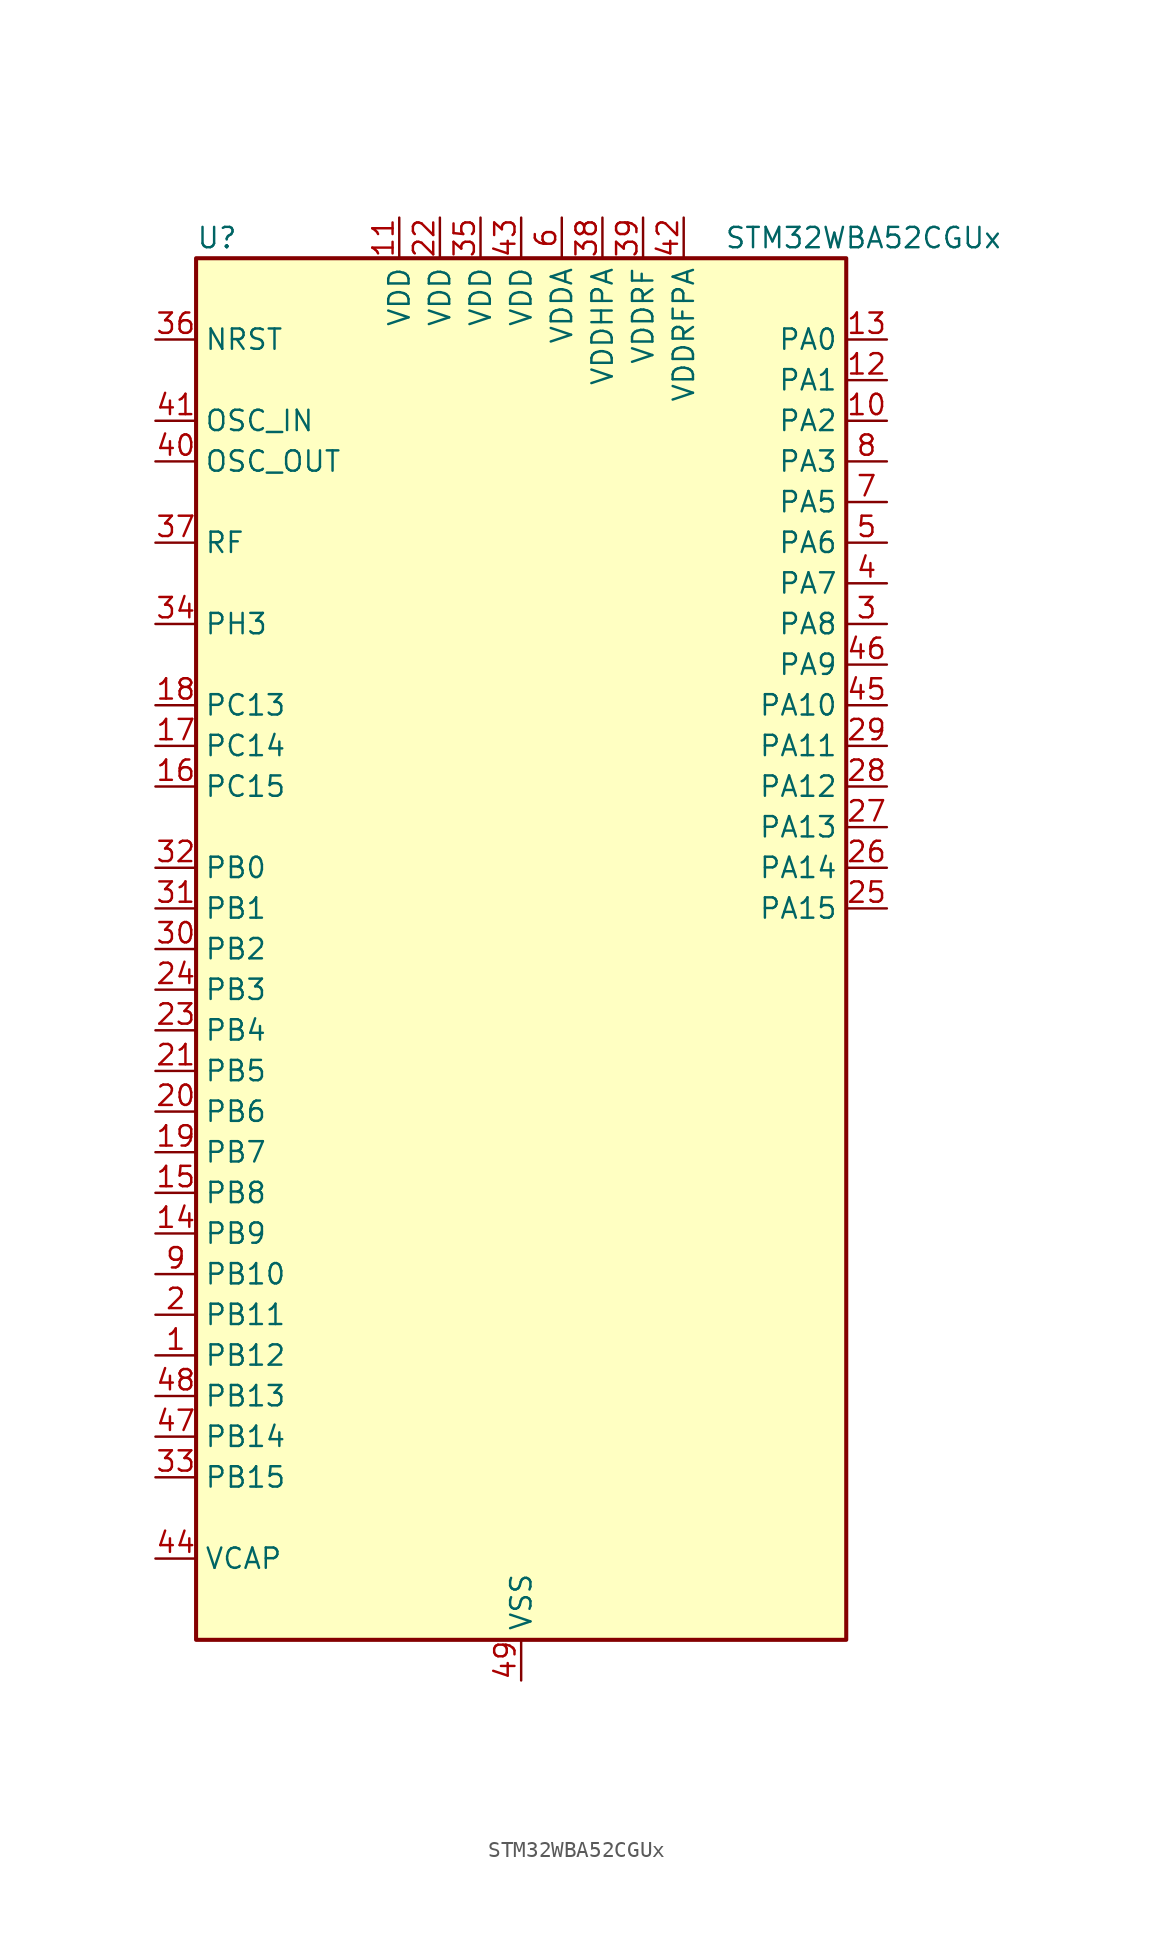
<source format=kicad_sym>
(kicad_symbol_lib
  (version 20231120)
  (generator "kicad-library-utils")
  (generator_version "8.0")
  (symbol "STM32WBA52CGUx"
    (property "Reference" "U"
      (at -20.32 44.45 0)
      (effects (font (size 1.27 1.27)) (justify left)))
    (property "Value" "STM32WBA52CGUx"
      (at 12.7 44.45 0)
      (effects (font (size 1.27 1.27)) (justify left)))
    (symbol "STM32WBA52CGUx_0_1"
      (rectangle (start -20.32 -43.18) (end 20.32 43.18) (stroke (width 0.254) (type default)) (fill (type background))))
    (symbol "STM32WBA52CGUx_1_1"
      (pin bidirectional line (at -22.86 -25.4 0) (length 2.54) (name "PB12" (effects (font (size 1.27 1.27)))) (number "1" (effects (font (size 1.27 1.27)))) (alternate "SPI1_RDY" bidirectional line) (alternate "TIM2_CH1" bidirectional line) (alternate "TIM2_ETR" bidirectional line) (alternate "TIM3_ETR" bidirectional line) (alternate "TSC_SYNC" bidirectional line) (alternate "USART1_TX" bidirectional line))
      (pin bidirectional line (at 22.86 33.02 180) (length 2.54) (name "PA2" (effects (font (size 1.27 1.27)))) (number "10" (effects (font (size 1.27 1.27)))) (alternate "ADC4_IN7" bidirectional line) (alternate "LPUART1_TX" bidirectional line) (alternate "PWR_WKUP4" bidirectional line) (alternate "RCC_LSCO" bidirectional line) (alternate "TIM16_CH1" bidirectional line) (alternate "TIM1_BKIN" bidirectional line) (alternate "TIM3_CH1" bidirectional line) (alternate "TSC_G4_IO4" bidirectional line) (alternate "USART1_DE" bidirectional line) (alternate "USART1_RTS" bidirectional line))
      (pin power_in line (at -7.62 45.72 270) (length 2.54) (name "VDD" (effects (font (size 1.27 1.27)))) (number "11" (effects (font (size 1.27 1.27)))))
      (pin bidirectional line (at 22.86 35.56 180) (length 2.54) (name "PA1" (effects (font (size 1.27 1.27)))) (number "12" (effects (font (size 1.27 1.27)))) (alternate "ADC4_IN8" bidirectional line) (alternate "LPTIM2_CH2" bidirectional line) (alternate "LPUART1_RX" bidirectional line) (alternate "PWR_WKUP3" bidirectional line) (alternate "SPI1_RDY" bidirectional line) (alternate "TIM17_CH1" bidirectional line) (alternate "TIM1_CH1N" bidirectional line) (alternate "TIM3_CH2" bidirectional line) (alternate "TSC_G2_IO1" bidirectional line) (alternate "USART1_CK" bidirectional line))
      (pin bidirectional line (at 22.86 38.1 180) (length 2.54) (name "PA0" (effects (font (size 1.27 1.27)))) (number "13" (effects (font (size 1.27 1.27)))) (alternate "ADC4_IN9" bidirectional line) (alternate "LPTIM1_IN1" bidirectional line) (alternate "LPUART1_CTS" bidirectional line) (alternate "PWR_WKUP1" bidirectional line) (alternate "SPI3_SCK" bidirectional line) (alternate "TIM1_CH2N" bidirectional line) (alternate "TIM3_CH3" bidirectional line) (alternate "TIM3_ETR" bidirectional line) (alternate "TSC_G2_IO2" bidirectional line))
      (pin bidirectional line (at -22.86 -17.78 0) (length 2.54) (name "PB9" (effects (font (size 1.27 1.27)))) (number "14" (effects (font (size 1.27 1.27)))) (alternate "ADC4_IN10" bidirectional line) (alternate "IR_OUT" bidirectional line) (alternate "LPTIM2_IN1" bidirectional line) (alternate "LPUART1_DE" bidirectional line) (alternate "LPUART1_RTS" bidirectional line) (alternate "PWR_WKUP8" bidirectional line) (alternate "SPI3_MISO" bidirectional line) (alternate "TIM16_CH1" bidirectional line) (alternate "TIM1_CH3N" bidirectional line) (alternate "TIM3_CH4" bidirectional line) (alternate "TSC_G2_IO3" bidirectional line))
      (pin bidirectional line (at -22.86 -15.24 0) (length 2.54) (name "PB8" (effects (font (size 1.27 1.27)))) (number "15" (effects (font (size 1.27 1.27)))) (alternate "LPTIM1_ETR" bidirectional line) (alternate "PWR_PVD_IN" bidirectional line) (alternate "SPI3_MOSI" bidirectional line) (alternate "TIM16_CH1N" bidirectional line) (alternate "TIM1_CH1" bidirectional line) (alternate "TIM3_ETR" bidirectional line) (alternate "TSC_G2_IO4" bidirectional line) (alternate "USART2_RX" bidirectional line))
      (pin bidirectional line (at -22.86 10.16 0) (length 2.54) (name "PC15" (effects (font (size 1.27 1.27)))) (number "16" (effects (font (size 1.27 1.27)))) (alternate "ADC4_EXTI15" bidirectional line) (alternate "RCC_OSC32_OUT" bidirectional line))
      (pin bidirectional line (at -22.86 12.7 0) (length 2.54) (name "PC14" (effects (font (size 1.27 1.27)))) (number "17" (effects (font (size 1.27 1.27)))) (alternate "RCC_OSC32_IN" bidirectional line))
      (pin bidirectional line (at -22.86 15.24 0) (length 2.54) (name "PC13" (effects (font (size 1.27 1.27)))) (number "18" (effects (font (size 1.27 1.27)))) (alternate "PWR_WKUP2" bidirectional line) (alternate "RTC_OUT1" bidirectional line) (alternate "RTC_TS" bidirectional line) (alternate "TAMP_IN4" bidirectional line) (alternate "TAMP_OUT5" bidirectional line) (alternate "TIM1_BKIN2" bidirectional line) (alternate "TSC_G5_IO1" bidirectional line))
      (pin bidirectional line (at -22.86 -12.7 0) (length 2.54) (name "PB7" (effects (font (size 1.27 1.27)))) (number "19" (effects (font (size 1.27 1.27)))) (alternate "PWR_WKUP5" bidirectional line) (alternate "TAMP_IN5" bidirectional line) (alternate "TAMP_OUT4" bidirectional line) (alternate "TIM1_CH4N" bidirectional line) (alternate "TSC_G5_IO2" bidirectional line))
      (pin bidirectional line (at -22.86 -22.86 0) (length 2.54) (name "PB11" (effects (font (size 1.27 1.27)))) (number "2" (effects (font (size 1.27 1.27)))) (alternate "LPTIM1_CH1" bidirectional line) (alternate "LPTIM1_ETR" bidirectional line) (alternate "LPUART1_TX" bidirectional line))
      (pin bidirectional line (at -22.86 -10.16 0) (length 2.54) (name "PB6" (effects (font (size 1.27 1.27)))) (number "20" (effects (font (size 1.27 1.27)))) (alternate "PWR_WKUP3" bidirectional line) (alternate "TIM2_CH1" bidirectional line) (alternate "TIM2_ETR" bidirectional line) (alternate "TSC_G5_IO3" bidirectional line))
      (pin bidirectional line (at -22.86 -7.62 0) (length 2.54) (name "PB5" (effects (font (size 1.27 1.27)))) (number "21" (effects (font (size 1.27 1.27)))) (alternate "LPUART1_TX" bidirectional line) (alternate "TIM3_CH1" bidirectional line) (alternate "TSC_G5_IO4" bidirectional line))
      (pin power_in line (at -5.08 45.72 270) (length 2.54) (name "VDD" (effects (font (size 1.27 1.27)))) (number "22" (effects (font (size 1.27 1.27)))))
      (pin bidirectional line (at -22.86 -5.08 0) (length 2.54) (name "PB4" (effects (font (size 1.27 1.27)))) (number "23" (effects (font (size 1.27 1.27)))) (alternate "DEBUG_JTRST" bidirectional line) (alternate "LPTIM2_IN2" bidirectional line) (alternate "SPI1_SCK" bidirectional line) (alternate "TIM17_CH1" bidirectional line) (alternate "TIM1_CH3" bidirectional line) (alternate "TSC_G3_IO1" bidirectional line) (alternate "USART2_RX" bidirectional line))
      (pin bidirectional line (at -22.86 -2.54 0) (length 2.54) (name "PB3" (effects (font (size 1.27 1.27)))) (number "24" (effects (font (size 1.27 1.27)))) (alternate "DEBUG_JTDO-SWO" bidirectional line) (alternate "I2C1_SDA" bidirectional line) (alternate "LPTIM1_IN2" bidirectional line) (alternate "SPI1_MISO" bidirectional line) (alternate "TIM17_CH1N" bidirectional line) (alternate "TIM1_CH4" bidirectional line) (alternate "TSC_G3_IO2" bidirectional line) (alternate "USART2_CK" bidirectional line))
      (pin bidirectional line (at 22.86 2.54 180) (length 2.54) (name "PA15" (effects (font (size 1.27 1.27)))) (number "25" (effects (font (size 1.27 1.27)))) (alternate "ADC4_EXTI15" bidirectional line) (alternate "DEBUG_JTDI" bidirectional line) (alternate "I2C1_SCL" bidirectional line) (alternate "LPTIM1_CH2" bidirectional line) (alternate "SPI1_MOSI" bidirectional line) (alternate "TIM17_BKIN" bidirectional line) (alternate "TIM1_ETR" bidirectional line) (alternate "TSC_G3_IO3" bidirectional line) (alternate "USART2_DE" bidirectional line) (alternate "USART2_RTS" bidirectional line))
      (pin bidirectional line (at 22.86 5.08 180) (length 2.54) (name "PA14" (effects (font (size 1.27 1.27)))) (number "26" (effects (font (size 1.27 1.27)))) (alternate "DEBUG_JTCK-SWCLK" bidirectional line) (alternate "TAMP_IN3" bidirectional line) (alternate "TAMP_OUT6" bidirectional line) (alternate "USART2_TX" bidirectional line))
      (pin bidirectional line (at 22.86 7.62 180) (length 2.54) (name "PA13" (effects (font (size 1.27 1.27)))) (number "27" (effects (font (size 1.27 1.27)))) (alternate "DEBUG_JTMS-SWDIO" bidirectional line) (alternate "IR_OUT" bidirectional line))
      (pin bidirectional line (at 22.86 10.16 180) (length 2.54) (name "PA12" (effects (font (size 1.27 1.27)))) (number "28" (effects (font (size 1.27 1.27)))) (alternate "PWR_WKUP6" bidirectional line) (alternate "RF_ANTSW0" bidirectional line) (alternate "SPI1_NSS" bidirectional line) (alternate "TIM1_CH2" bidirectional line) (alternate "TSC_G3_IO4" bidirectional line) (alternate "USART2_TX" bidirectional line))
      (pin bidirectional line (at 22.86 12.7 180) (length 2.54) (name "PA11" (effects (font (size 1.27 1.27)))) (number "29" (effects (font (size 1.27 1.27)))) (alternate "LPTIM2_CH1" bidirectional line) (alternate "RF_ANTSW1" bidirectional line) (alternate "TIM1_CH1" bidirectional line) (alternate "USART2_RX" bidirectional line))
      (pin bidirectional line (at 22.86 20.32 180) (length 2.54) (name "PA8" (effects (font (size 1.27 1.27)))) (number "3" (effects (font (size 1.27 1.27)))) (alternate "ADC4_IN1" bidirectional line) (alternate "LPTIM1_CH2" bidirectional line) (alternate "RCC_MCO" bidirectional line) (alternate "SPI3_RDY" bidirectional line) (alternate "TIM2_CH2" bidirectional line) (alternate "TSC_G1_IO1" bidirectional line) (alternate "USART1_RX" bidirectional line))
      (pin bidirectional line (at -22.86 0 0) (length 2.54) (name "PB2" (effects (font (size 1.27 1.27)))) (number "30" (effects (font (size 1.27 1.27)))) (alternate "I2C1_SCL" bidirectional line) (alternate "I2C3_SCL" bidirectional line) (alternate "PWR_WKUP1" bidirectional line) (alternate "RF_ANTSW2" bidirectional line) (alternate "RTC_OUT2" bidirectional line) (alternate "TIM1_CH1N" bidirectional line) (alternate "USART2_CTS" bidirectional line))
      (pin bidirectional line (at -22.86 2.54 0) (length 2.54) (name "PB1" (effects (font (size 1.27 1.27)))) (number "31" (effects (font (size 1.27 1.27)))) (alternate "I2C1_SDA" bidirectional line) (alternate "I2C3_SDA" bidirectional line) (alternate "PWR_WKUP4" bidirectional line) (alternate "TIM1_CH2N" bidirectional line) (alternate "USART2_DE" bidirectional line) (alternate "USART2_RTS" bidirectional line))
      (pin bidirectional line (at -22.86 5.08 0) (length 2.54) (name "PB0" (effects (font (size 1.27 1.27)))) (number "32" (effects (font (size 1.27 1.27)))) (alternate "LPTIM2_IN2" bidirectional line) (alternate "TIM1_CH3N" bidirectional line) (alternate "USART2_TX" bidirectional line))
      (pin bidirectional line (at -22.86 -33.02 0) (length 2.54) (name "PB15" (effects (font (size 1.27 1.27)))) (number "33" (effects (font (size 1.27 1.27)))) (alternate "ADC4_EXTI15" bidirectional line) (alternate "I2C1_SMBA" bidirectional line) (alternate "I2C3_SMBA" bidirectional line) (alternate "LPUART1_CTS" bidirectional line) (alternate "TIM16_BKIN" bidirectional line) (alternate "TIM1_BKIN2" bidirectional line) (alternate "USART2_CTS" bidirectional line))
      (pin bidirectional line (at -22.86 20.32 0) (length 2.54) (name "PH3" (effects (font (size 1.27 1.27)))) (number "34" (effects (font (size 1.27 1.27)))) (alternate "TAMP_IN2" bidirectional line) (alternate "TAMP_OUT1" bidirectional line))
      (pin power_in line (at -2.54 45.72 270) (length 2.54) (name "VDD" (effects (font (size 1.27 1.27)))) (number "35" (effects (font (size 1.27 1.27)))))
      (pin input line (at -22.86 38.1 0) (length 2.54) (name "NRST" (effects (font (size 1.27 1.27)))) (number "36" (effects (font (size 1.27 1.27)))))
      (pin bidirectional line (at -22.86 25.4 0) (length 2.54) (name "RF" (effects (font (size 1.27 1.27)))) (number "37" (effects (font (size 1.27 1.27)))))
      (pin power_in line (at 5.08 45.72 270) (length 2.54) (name "VDDHPA" (effects (font (size 1.27 1.27)))) (number "38" (effects (font (size 1.27 1.27)))))
      (pin power_in line (at 7.62 45.72 270) (length 2.54) (name "VDDRF" (effects (font (size 1.27 1.27)))) (number "39" (effects (font (size 1.27 1.27)))))
      (pin bidirectional line (at 22.86 22.86 180) (length 2.54) (name "PA7" (effects (font (size 1.27 1.27)))) (number "4" (effects (font (size 1.27 1.27)))) (alternate "ADC4_IN2" bidirectional line) (alternate "I2C3_SDA" bidirectional line) (alternate "PWR_WKUP8" bidirectional line) (alternate "TAMP_IN1" bidirectional line) (alternate "TAMP_OUT2" bidirectional line) (alternate "TIM2_CH3" bidirectional line) (alternate "TSC_G1_IO2" bidirectional line) (alternate "USART1_CTS" bidirectional line))
      (pin input line (at -22.86 30.48 0) (length 2.54) (name "OSC_OUT" (effects (font (size 1.27 1.27)))) (number "40" (effects (font (size 1.27 1.27)))) (alternate "RCC_OSC_OUT" bidirectional line))
      (pin input line (at -22.86 33.02 0) (length 2.54) (name "OSC_IN" (effects (font (size 1.27 1.27)))) (number "41" (effects (font (size 1.27 1.27)))) (alternate "RCC_OSC_IN" bidirectional line))
      (pin power_in line (at 10.16 45.72 270) (length 2.54) (name "VDDRFPA" (effects (font (size 1.27 1.27)))) (number "42" (effects (font (size 1.27 1.27)))))
      (pin power_in line (at 0 45.72 270) (length 2.54) (name "VDD" (effects (font (size 1.27 1.27)))) (number "43" (effects (font (size 1.27 1.27)))))
      (pin power_out line (at -22.86 -38.1 0) (length 2.54) (name "VCAP" (effects (font (size 1.27 1.27)))) (number "44" (effects (font (size 1.27 1.27)))))
      (pin bidirectional line (at 22.86 15.24 180) (length 2.54) (name "PA10" (effects (font (size 1.27 1.27)))) (number "45" (effects (font (size 1.27 1.27)))) (alternate "LPUART1_RX" bidirectional line) (alternate "TIM3_CH1" bidirectional line))
      (pin bidirectional line (at 22.86 17.78 180) (length 2.54) (name "PA9" (effects (font (size 1.27 1.27)))) (number "46" (effects (font (size 1.27 1.27)))) (alternate "LPUART1_DE" bidirectional line) (alternate "LPUART1_RTS" bidirectional line) (alternate "TIM3_CH2" bidirectional line))
      (pin bidirectional line (at -22.86 -30.48 0) (length 2.54) (name "PB14" (effects (font (size 1.27 1.27)))) (number "47" (effects (font (size 1.27 1.27)))) (alternate "PWR_WKUP7" bidirectional line) (alternate "RTC_REFIN" bidirectional line) (alternate "TIM3_CH3" bidirectional line) (alternate "TSC_G6_IO1" bidirectional line) (alternate "USART1_TX" bidirectional line))
      (pin bidirectional line (at -22.86 -27.94 0) (length 2.54) (name "PB13" (effects (font (size 1.27 1.27)))) (number "48" (effects (font (size 1.27 1.27)))) (alternate "TIM3_CH4" bidirectional line) (alternate "TSC_G6_IO2" bidirectional line))
      (pin power_in line (at 0 -45.72 90) (length 2.54) (name "VSS" (effects (font (size 1.27 1.27)))) (number "49" (effects (font (size 1.27 1.27)))))
      (pin bidirectional line (at 22.86 25.4 180) (length 2.54) (name "PA6" (effects (font (size 1.27 1.27)))) (number "5" (effects (font (size 1.27 1.27)))) (alternate "ADC4_IN3" bidirectional line) (alternate "I2C3_SCL" bidirectional line) (alternate "PWR_CSTOP" bidirectional line) (alternate "PWR_WKUP7" bidirectional line) (alternate "SPI3_RDY" bidirectional line) (alternate "TIM2_CH4" bidirectional line) (alternate "TSC_G1_IO3" bidirectional line) (alternate "USART1_DE" bidirectional line) (alternate "USART1_RTS" bidirectional line))
      (pin power_in line (at 2.54 45.72 270) (length 2.54) (name "VDDA" (effects (font (size 1.27 1.27)))) (number "6" (effects (font (size 1.27 1.27)))))
      (pin bidirectional line (at 22.86 27.94 180) (length 2.54) (name "PA5" (effects (font (size 1.27 1.27)))) (number "7" (effects (font (size 1.27 1.27)))) (alternate "ADC4_IN4" bidirectional line) (alternate "LPTIM2_ETR" bidirectional line) (alternate "PWR_CSLEEP" bidirectional line) (alternate "PWR_WKUP6" bidirectional line) (alternate "SPI3_NSS" bidirectional line) (alternate "TIM2_CH1" bidirectional line) (alternate "TIM2_ETR" bidirectional line) (alternate "TSC_G1_IO4" bidirectional line) (alternate "USART1_CK" bidirectional line))
      (pin bidirectional line (at 22.86 30.48 180) (length 2.54) (name "PA3" (effects (font (size 1.27 1.27)))) (number "8" (effects (font (size 1.27 1.27)))) (alternate "ADC4_IN6" bidirectional line) (alternate "PWR_WKUP5" bidirectional line) (alternate "TIM16_CH1N" bidirectional line) (alternate "TSC_G4_IO2" bidirectional line) (alternate "USART1_DE" bidirectional line) (alternate "USART1_RTS" bidirectional line))
      (pin bidirectional line (at -22.86 -20.32 0) (length 2.54) (name "PB10" (effects (font (size 1.27 1.27)))) (number "9" (effects (font (size 1.27 1.27)))) (alternate "TIM16_BKIN" bidirectional line) (alternate "TSC_G4_IO3" bidirectional line) (alternate "USART1_CK" bidirectional line)))))
</source>
